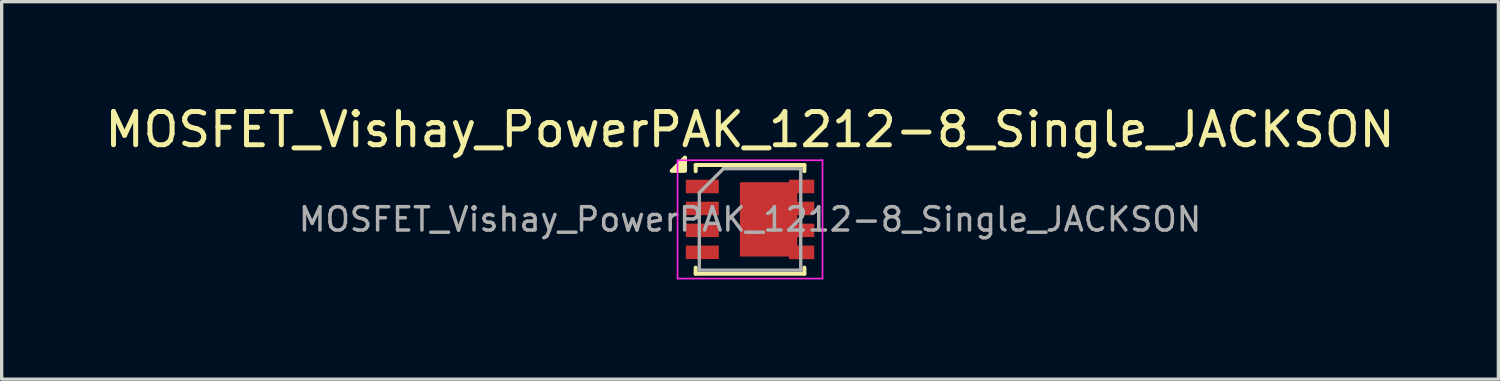
<source format=kicad_pcb>
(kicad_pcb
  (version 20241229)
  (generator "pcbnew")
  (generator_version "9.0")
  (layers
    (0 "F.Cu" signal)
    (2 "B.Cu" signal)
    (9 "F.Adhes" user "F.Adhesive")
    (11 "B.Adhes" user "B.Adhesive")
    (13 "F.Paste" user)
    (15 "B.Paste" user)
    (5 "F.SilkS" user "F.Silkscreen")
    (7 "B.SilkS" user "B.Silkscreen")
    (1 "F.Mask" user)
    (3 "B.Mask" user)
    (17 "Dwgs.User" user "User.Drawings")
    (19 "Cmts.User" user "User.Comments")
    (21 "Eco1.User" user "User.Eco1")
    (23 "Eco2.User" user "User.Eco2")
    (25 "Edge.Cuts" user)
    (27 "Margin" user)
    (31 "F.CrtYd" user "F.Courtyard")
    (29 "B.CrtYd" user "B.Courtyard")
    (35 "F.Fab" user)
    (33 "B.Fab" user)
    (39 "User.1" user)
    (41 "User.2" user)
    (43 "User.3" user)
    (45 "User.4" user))
  (footprint "MOSFET_Vishay_PowerPAK_1212-8_Single_JACKSON"
    (layer "F.Cu")
    (at 19.506 3.548)
    (property "Reference" "MOSFET_Vishay_PowerPAK_1212-8_Single_JACKSON" (at 0 -2.7 0) (layer "F.SilkS") (effects (font (size 1 1) (thickness 0.15))))
    (attr smd)
    (fp_line (start -1.635 -1.635) (end -1.635 -1.45) (stroke (width 0.12) (type solid)) (layer "F.SilkS"))
    (fp_line (start -1.635 -1.635) (end 1.635 -1.635) (stroke (width 0.12) (type solid)) (layer "F.SilkS"))
    (fp_line (start -1.635 1.45) (end -1.635 1.635) (stroke (width 0.12) (type solid)) (layer "F.SilkS"))
    (fp_line (start -1.635 1.635) (end 1.635 1.635) (stroke (width 0.12) (type solid)) (layer "F.SilkS"))
    (fp_line (start 1.635 -1.635) (end 1.635 -1.45) (stroke (width 0.12) (type solid)) (layer "F.SilkS"))
    (fp_line (start 1.635 1.45) (end 1.635 1.635) (stroke (width 0.12) (type solid)) (layer "F.SilkS"))
    (fp_poly (pts (xy -2.355 -1.46) (xy -1.955 -1.86) (xy -1.955 -1.46)) (stroke (width 0.12) (type solid)) (fill yes) (layer "F.SilkS"))
    (fp_line (start -2.18 -1.78) (end -2.18 1.78) (stroke (width 0.05) (type solid)) (layer "F.CrtYd"))
    (fp_line (start -2.18 -1.78) (end 2.18 -1.78) (stroke (width 0.05) (type solid)) (layer "F.CrtYd"))
    (fp_line (start -2.18 1.78) (end 2.18 1.78) (stroke (width 0.05) (type solid)) (layer "F.CrtYd"))
    (fp_line (start 2.18 -1.78) (end 2.18 1.78) (stroke (width 0.05) (type solid)) (layer "F.CrtYd"))
    (fp_line (start -1.525 -0.8) (end -1.525 1.525) (stroke (width 0.1) (type solid)) (layer "F.Fab"))
    (fp_line (start -1.525 -0.8) (end -0.8 -1.525) (stroke (width 0.1) (type solid)) (layer "F.Fab"))
    (fp_line (start -1.525 1.525) (end 1.525 1.525) (stroke (width 0.1) (type solid)) (layer "F.Fab"))
    (fp_line (start -0.8 -1.525) (end 1.525 -1.525) (stroke (width 0.1) (type solid)) (layer "F.Fab"))
    (fp_line (start 1.525 -1.525) (end 1.525 1.525) (stroke (width 0.1) (type solid)) (layer "F.Fab"))
    (fp_text user "${REFERENCE}" (at 0 0 0) (layer "F.Fab") (effects (font (size 0.7 0.7) (thickness 0.105))))
    (pad "1" smd rect (at -1.435 -0.99) (size 0.99 0.405) (layers "F.Cu" "F.Mask" "F.Paste"))
    (pad "1" smd rect (at -1.435 -0.33) (size 0.99 0.405) (layers "F.Cu" "F.Mask" "F.Paste"))
    (pad "1" smd rect (at -1.435 0.33) (size 0.99 0.405) (layers "F.Cu" "F.Mask" "F.Paste"))
    (pad "2" smd rect (at -1.435 0.99) (size 0.99 0.405) (layers "F.Cu" "F.Mask" "F.Paste"))
    (pad "3" smd custom (at 0.557 0) (size 1.725 2.235) (layers "F.Cu" "F.Mask" "F.Paste") (options (anchor rect)) (primitives (gr_poly (pts (xy 1.373 -0.787) (xy 0.863 -0.787) (xy 0.863 -0.532) (xy 1.373 -0.532) (xy 1.373 -0.128) (xy 0.863 -0.128) (xy 0.863 0.128) (xy 1.373 0.128) (xy 1.373 0.532) (xy 0.863 0.532) (xy 0.863 0.787) (xy 1.373 0.787) (xy 1.373 1.195) (xy 0.613 1.195) (xy 0.613 -1.195) (xy 1.373 -1.195)) (width 0) (fill yes)))))
  (gr_rect
    (start -3 -3)
    (end 42.012 8.353)
    (stroke (width 0.1) (type default))
    (fill no)
    (layer "Edge.Cuts")))
</source>
